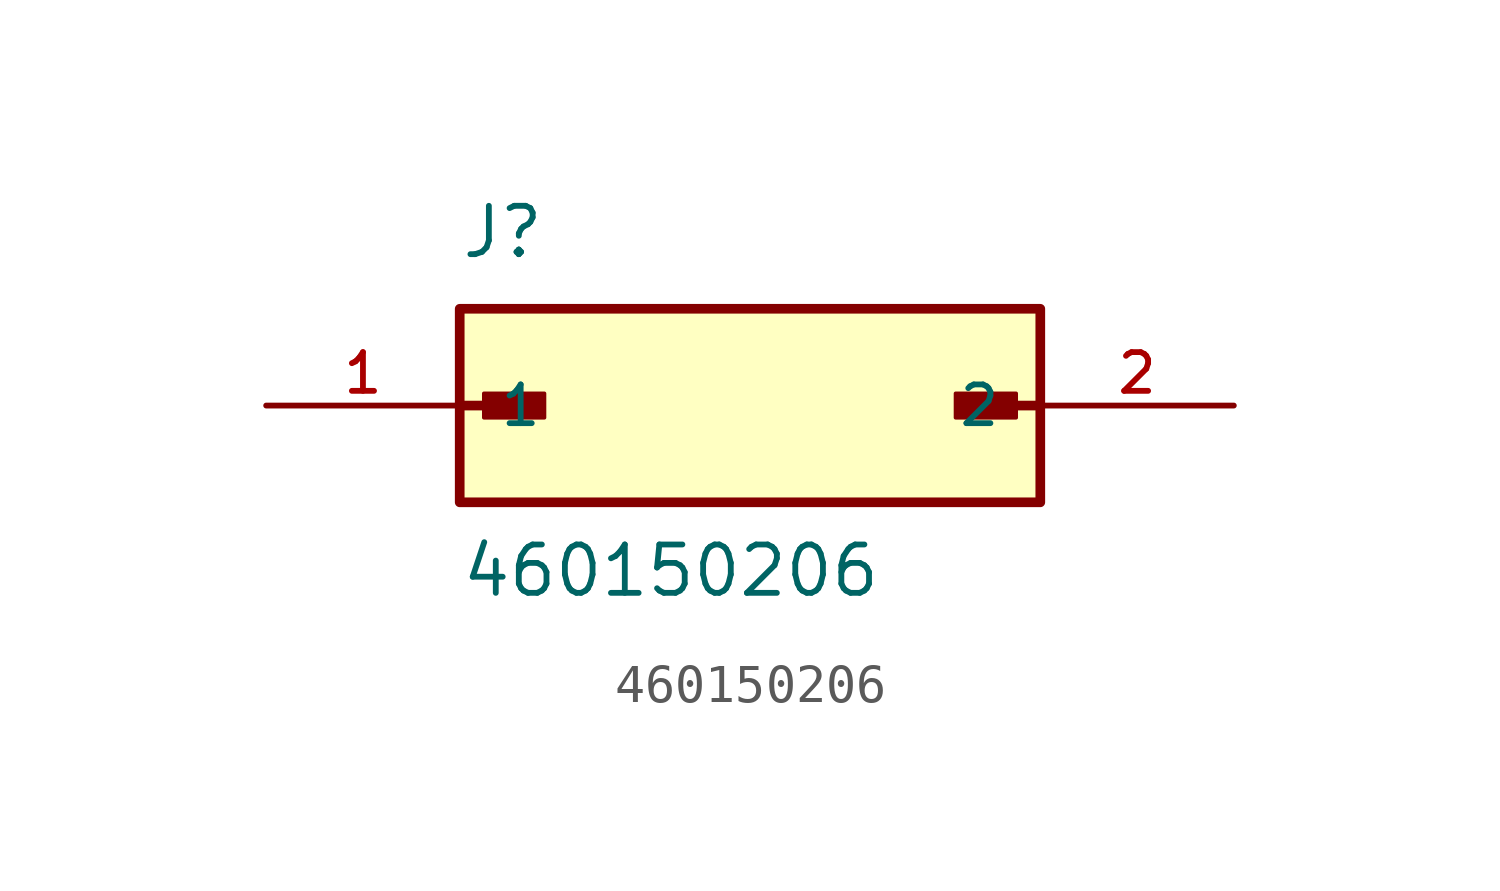
<source format=kicad_sym>
(kicad_symbol_lib
  (version 20211014)
  (generator kicad_symbol_editor)
  (symbol "460150206"
    (pin_names
      (offset 1.016))
    (property "Reference" "J"
      (at -7.62 3.81 0)
      (effects (font (size 1.27 1.27)) (justify bottom left)))
    (property "Value" "460150206"
      (at -7.62 -5.08 0)
      (effects (font (size 1.27 1.27)) (justify bottom left)))
    (symbol "460150206_0_0"
      (polyline (pts (xy -7.62 0.0) (xy -5.715 0.0)) (stroke (width 0.254)))
      (rectangle (start -6.985 -0.318) (end -5.397 0.318) (stroke (width 0.1)) (fill (type outline)))
      (polyline (pts (xy 7.62 0.0) (xy 5.715 0.0)) (stroke (width 0.254)))
      (rectangle (start 5.397 -0.318) (end 6.985 0.318) (stroke (width 0.1)) (fill (type outline)))
      (rectangle (start -7.62 -2.54) (end 7.62 2.54) (stroke (width 0.254)) (fill (type background)))
      (pin passive line (at -12.7 0.0 0) (length 5.08) (name "1" (effects (font (size 1.016 1.016)))) (number "1" (effects (font (size 1.016 1.016)))))
      (pin passive line (at 12.7 0.0 180.0) (length 5.08) (name "2" (effects (font (size 1.016 1.016)))) (number "2" (effects (font (size 1.016 1.016))))))))
</source>
